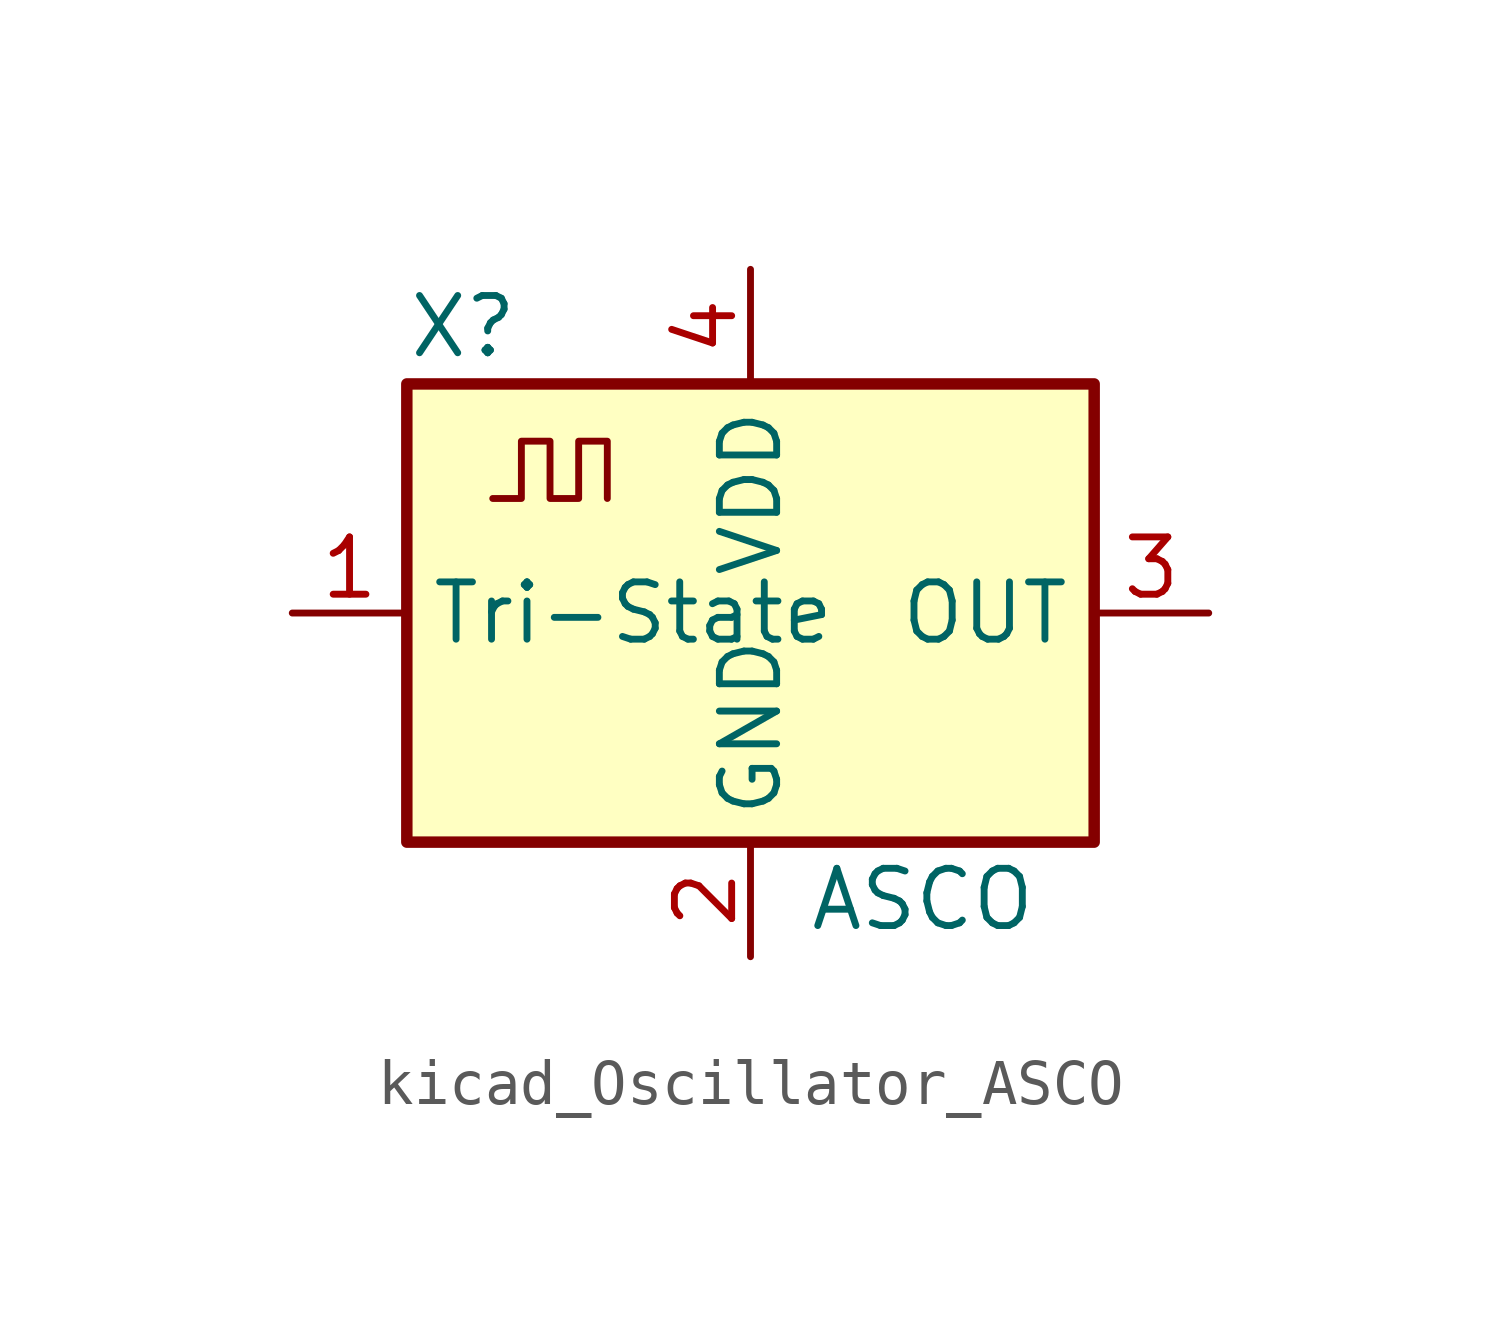
<source format=kicad_sym>
(kicad_symbol_lib
  (version 20220914)
  (generator kicad_symbol_editor)
  (symbol "kicad_Oscillator_ASCO"
    (property "Reference" "X"
      (at -7.62 6.35 0)
      (effects (font (size 1.27 1.27)) (justify left)))
    (property "Value" "ASCO"
      (at 1.27 -6.35 0)
      (effects (font (size 1.27 1.27)) (justify left)))
    (symbol "kicad_Oscillator_ASCO_0_1"
      (rectangle (start -7.62 5.08) (end 7.62 -5.08) (stroke (width 0.254) (type default)) (fill (type background)))
      (polyline (pts (xy -5.715 2.54) (xy -5.08 2.54) (xy -5.08 3.81) (xy -4.445 3.81) (xy -4.445 2.54) (xy -3.81 2.54) (xy -3.81 3.81) (xy -3.175 3.81) (xy -3.175 2.54)) (stroke (width 0) (type default)) (fill (type none))))
    (symbol "kicad_Oscillator_ASCO_1_1"
      (pin input line (at -10.16 0 0) (length 2.54) (name "Tri-State" (effects (font (size 1.27 1.27)))) (number "1" (effects (font (size 1.27 1.27)))))
      (pin power_in line (at 0 -7.62 90) (length 2.54) (name "GND" (effects (font (size 1.27 1.27)))) (number "2" (effects (font (size 1.27 1.27)))))
      (pin output line (at 10.16 0 180) (length 2.54) (name "OUT" (effects (font (size 1.27 1.27)))) (number "3" (effects (font (size 1.27 1.27)))))
      (pin power_in line (at 0 7.62 270) (length 2.54) (name "VDD" (effects (font (size 1.27 1.27)))) (number "4" (effects (font (size 1.27 1.27))))))))
</source>
